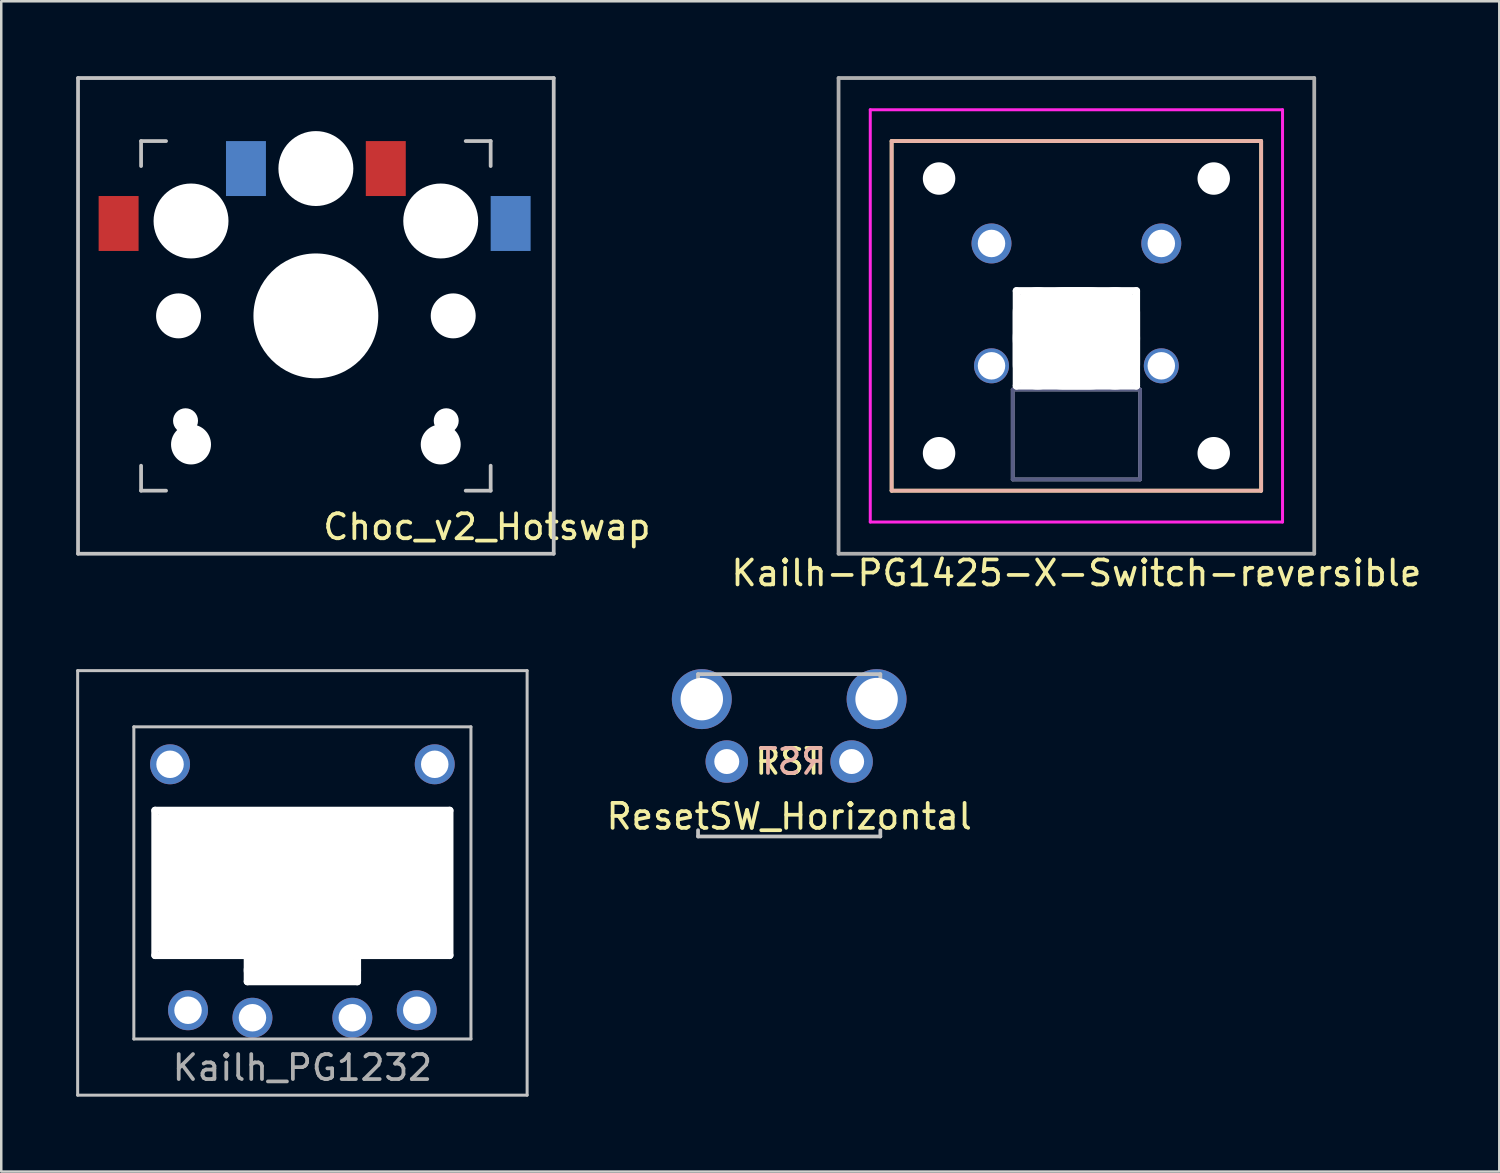
<source format=kicad_pcb>
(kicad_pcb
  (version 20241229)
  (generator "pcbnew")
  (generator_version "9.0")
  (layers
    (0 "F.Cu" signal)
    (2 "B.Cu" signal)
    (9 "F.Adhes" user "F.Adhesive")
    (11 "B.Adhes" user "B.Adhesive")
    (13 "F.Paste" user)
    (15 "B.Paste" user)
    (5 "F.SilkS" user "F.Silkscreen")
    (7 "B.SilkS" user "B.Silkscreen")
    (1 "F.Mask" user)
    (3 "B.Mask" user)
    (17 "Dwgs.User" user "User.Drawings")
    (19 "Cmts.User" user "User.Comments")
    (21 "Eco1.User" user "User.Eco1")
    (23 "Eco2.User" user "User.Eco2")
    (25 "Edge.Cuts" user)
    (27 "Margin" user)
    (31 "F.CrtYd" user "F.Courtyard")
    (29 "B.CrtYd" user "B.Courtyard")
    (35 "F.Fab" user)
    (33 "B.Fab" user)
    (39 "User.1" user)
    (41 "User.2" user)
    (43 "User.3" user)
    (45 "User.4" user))
  (footprint "Choc_v2_Hotswap"
    (layer "F.Cu")
    (at 9.6 9.6)
    (property "Reference" "Choc_v2_Hotswap" (at 6.85 8.45 180) (layer "F.SilkS") (effects (font (size 1 1) (thickness 0.15))))
    (attr through_hole)
    (fp_line (start -9.525 -9.525) (end 9.525 -9.525) (stroke (width 0.15) (type solid)) (layer "Dwgs.User"))
    (fp_line (start -9.525 9.525) (end -9.525 -9.525) (stroke (width 0.15) (type solid)) (layer "Dwgs.User"))
    (fp_line (start -7 -7) (end -7 -6) (stroke (width 0.15) (type solid)) (layer "Dwgs.User"))
    (fp_line (start -7 6) (end -7 7) (stroke (width 0.15) (type solid)) (layer "Dwgs.User"))
    (fp_line (start -7 7) (end -6 7) (stroke (width 0.15) (type solid)) (layer "Dwgs.User"))
    (fp_line (start -6 -7) (end -7 -7) (stroke (width 0.15) (type solid)) (layer "Dwgs.User"))
    (fp_line (start 6 -7) (end 7 -7) (stroke (width 0.15) (type solid)) (layer "Dwgs.User"))
    (fp_line (start 7 -7) (end 7 -6) (stroke (width 0.15) (type solid)) (layer "Dwgs.User"))
    (fp_line (start 7 6) (end 7 7) (stroke (width 0.15) (type solid)) (layer "Dwgs.User"))
    (fp_line (start 7 7) (end 6 7) (stroke (width 0.15) (type solid)) (layer "Dwgs.User"))
    (fp_line (start 9.525 -9.525) (end 9.525 9.525) (stroke (width 0.15) (type solid)) (layer "Dwgs.User"))
    (fp_line (start 9.525 9.525) (end -9.525 9.525) (stroke (width 0.15) (type solid)) (layer "Dwgs.User"))
    (pad "" np_thru_hole circle (at -5.5 0) (size 1.8 1.8) (drill 1.8) (layers "*.Cu" "*.Mask"))
    (pad "" np_thru_hole circle (at -5.22 4.2) (size 1 1) (drill 1) (layers "*.Cu" "*.Mask"))
    (pad "" np_thru_hole circle (at -5 -3.8 90) (size 3 3) (drill 3) (layers "*.Cu" "*.Mask"))
    (pad "" np_thru_hole circle (at -5 5.15) (size 1.6 1.6) (drill 1.6) (layers "*.Cu" "*.Mask"))
    (pad "" np_thru_hole circle (at 0 -5.9 270) (size 3 3) (drill 3) (layers "*.Cu" "*.Mask"))
    (pad "" np_thru_hole circle (at 0 0) (size 5 5) (drill 5) (layers "*.Cu" "*.Mask"))
    (pad "" np_thru_hole circle (at 5 -3.8 270) (size 3 3) (drill 3) (layers "*.Cu" "*.Mask"))
    (pad "" np_thru_hole circle (at 5 5.15) (size 1.6 1.6) (drill 1.6) (layers "*.Cu" "*.Mask"))
    (pad "" np_thru_hole circle (at 5.22 4.2) (size 1 1) (drill 1) (layers "*.Cu" "*.Mask"))
    (pad "" np_thru_hole circle (at 5.5 0) (size 1.8 1.8) (drill 1.8) (layers "*.Cu" "*.Mask"))
    (pad "1" smd rect (at -7.9 -3.7) (size 1.6 2.2) (layers "F.Cu" "F.Mask" "F.Paste"))
    (pad "1" smd rect (at 7.8 -3.7) (size 1.6 2.2) (layers "B.Cu" "B.Mask" "B.Paste"))
    (pad "2" smd rect (at -2.8 -5.9) (size 1.6 2.2) (layers "B.Cu" "B.Mask" "B.Paste"))
    (pad "2" smd rect (at 2.8 -5.9) (size 1.6 2.2) (layers "F.Cu" "F.Mask" "F.Paste")))
  (footprint "ResetSW_Horizontal"
    (layer "F.Cu")
    (at 28.555 27.448)
    (property "Reference" "ResetSW_Horizontal" (at 0 2.2 0) (layer "F.SilkS") (effects (font (size 1 1) (thickness 0.15))))
    (attr through_hole)
    (fp_line (start -3.65 -3.5) (end -3.65 -3.25) (stroke (width 0.15) (type solid)) (layer "Dwgs.User"))
    (fp_line (start -3.65 -3.5) (end 3.65 -3.5) (stroke (width 0.15) (type solid)) (layer "Dwgs.User"))
    (fp_line (start -3.65 3) (end -3.65 2.75) (stroke (width 0.15) (type solid)) (layer "Dwgs.User"))
    (fp_line (start -3.65 3) (end 3.65 3) (stroke (width 0.15) (type solid)) (layer "Dwgs.User"))
    (fp_line (start 3.65 -3.5) (end 3.65 -3.25) (stroke (width 0.15) (type solid)) (layer "Dwgs.User"))
    (fp_line (start 3.65 3) (end 3.65 2.75) (stroke (width 0.15) (type solid)) (layer "Dwgs.User"))
    (fp_text user "RST" (at 0 0 0) (layer "F.SilkS") (effects (font (size 1 1) (thickness 0.15))))
    (fp_text user "RST" (at 0.127 0 0) (layer "B.SilkS") (effects (font (size 1 1) (thickness 0.15)) (justify mirror)))
    (pad "1" thru_hole circle (at 2.5 0) (size 1.7 1.7) (drill 1) (layers "*.Cu" "*.Mask"))
    (pad "2" thru_hole circle (at -2.5 0) (size 1.7 1.7) (drill 1) (layers "*.Cu" "*.Mask"))
    (pad "3" thru_hole circle (at 3.5 -2.5) (size 2.4 2.4) (drill 1.7) (layers "*.Cu" "*.Mask"))
    (pad "4" thru_hole circle (at -3.5 -2.5) (size 2.4 2.4) (drill 1.7) (layers "*.Cu" "*.Mask")))
  (footprint "Kailh_PG1232"
    (layer "F.Cu")
    (at 9.06 32.308)
    (property "Reference" "Kailh_PG1232" (at 0 7.4 0) (layer "F.Fab") (effects (font (size 1 1) (thickness 0.15))))
    (attr through_hole)
    (fp_line (start -9 -8.5) (end -9 8.5) (stroke (width 0.12) (type solid)) (layer "Dwgs.User"))
    (fp_line (start -9 8.5) (end 9 8.5) (stroke (width 0.12) (type solid)) (layer "Dwgs.User"))
    (fp_line (start -6.75 -6.25) (end 6.75 -6.25) (stroke (width 0.12) (type solid)) (layer "Dwgs.User"))
    (fp_line (start -6.75 6.25) (end -6.75 -6.25) (stroke (width 0.12) (type solid)) (layer "Dwgs.User"))
    (fp_line (start -5.95 -2.95) (end 5.95 -2.95) (stroke (width 0.12) (type solid)) (layer "Dwgs.User"))
    (fp_line (start -5.95 2.95) (end -5.95 -2.95) (stroke (width 0.12) (type solid)) (layer "Dwgs.User"))
    (fp_line (start -2.25 2.95) (end -5.95 2.95) (stroke (width 0.12) (type solid)) (layer "Dwgs.User"))
    (fp_line (start -2.25 2.95) (end -2.25 4) (stroke (width 0.12) (type solid)) (layer "Dwgs.User"))
    (fp_line (start -2.25 4) (end 2.25 4) (stroke (width 0.12) (type solid)) (layer "Dwgs.User"))
    (fp_line (start 2.25 2.95) (end 5.95 2.95) (stroke (width 0.12) (type solid)) (layer "Dwgs.User"))
    (fp_line (start 2.25 4) (end 2.25 2.95) (stroke (width 0.12) (type solid)) (layer "Dwgs.User"))
    (fp_line (start 5.95 -2.95) (end 5.95 2.95) (stroke (width 0.12) (type solid)) (layer "Dwgs.User"))
    (fp_line (start 6.75 -6.25) (end 6.75 6.25) (stroke (width 0.12) (type solid)) (layer "Dwgs.User"))
    (fp_line (start 6.75 6.25) (end -6.75 6.25) (stroke (width 0.12) (type solid)) (layer "Dwgs.User"))
    (fp_line (start 9 -8.5) (end -9 -8.5) (stroke (width 0.12) (type solid)) (layer "Dwgs.User"))
    (fp_line (start 9 8.5) (end 9 -8.5) (stroke (width 0.12) (type solid)) (layer "Dwgs.User"))
    (pad "" np_thru_hole oval (at -5.9 0 90) (size 6.1 0.3) (drill oval 6.1 0.3) (layers "*.Cu" "*.Mask"))
    (pad "" np_thru_hole oval (at -5.36 0) (size 1 5.9) (drill oval 1 5.9) (layers "*.Cu" "*.Mask"))
    (pad "" np_thru_hole oval (at -4.59 0) (size 1 5.9) (drill oval 1 5.9) (layers "*.Cu" "*.Mask"))
    (pad "" np_thru_hole oval (at -4.2 0) (size 1 5.9) (drill oval 1 5.9) (layers "*.Cu" "*.Mask"))
    (pad "" np_thru_hole oval (at -2.2 3.5 90) (size 1.2 0.3) (drill oval 1.2 0.3) (layers "*.Cu" "*.Mask"))
    (pad "" np_thru_hole oval (at 0 -2.9) (size 12.1 0.3) (drill oval 12.1 0.3) (layers "*.Cu" "*.Mask"))
    (pad "" np_thru_hole oval (at 0 0) (size 11.85 5.9) (drill oval 11.85 5.9) (layers "*.Cu" "*.Mask"))
    (pad "" np_thru_hole oval (at 0 2.9) (size 12.1 0.3) (drill oval 12.1 0.3) (layers "*.Cu" "*.Mask"))
    (pad "" np_thru_hole oval (at 0 3.5) (size 4.7 1) (drill oval 4.7 1) (layers "*.Cu" "*.Mask"))
    (pad "" np_thru_hole oval (at 0 3.95) (size 4.7 0.3) (drill oval 4.7 0.3) (layers "*.Cu" "*.Mask"))
    (pad "" np_thru_hole oval (at 2.2 3.5 90) (size 1.2 0.3) (drill oval 1.2 0.3) (layers "*.Cu" "*.Mask"))
    (pad "" np_thru_hole oval (at 4.2 0) (size 1 5.9) (drill oval 1 5.9) (layers "*.Cu" "*.Mask"))
    (pad "" np_thru_hole oval (at 4.59 0) (size 1 5.9) (drill oval 1 5.9) (layers "*.Cu" "*.Mask"))
    (pad "" np_thru_hole oval (at 5.36 0) (size 1 5.9) (drill oval 1 5.9) (layers "*.Cu" "*.Mask"))
    (pad "" np_thru_hole oval (at 5.9 0 90) (size 6.1 0.3) (drill oval 6.1 0.3) (layers "*.Cu" "*.Mask"))
    (pad "1" thru_hole circle (at -4.58 5.1) (size 1.6 1.6) (drill 1.1) (layers "*.Cu" "*.Mask"))
    (pad "1" thru_hole circle (at 4.58 5.1) (size 1.6 1.6) (drill 1.1) (layers "*.Cu" "*.Mask"))
    (pad "2" thru_hole circle (at -2 5.4) (size 1.6 1.6) (drill 1.1) (layers "*.Cu" "*.Mask"))
    (pad "2" thru_hole circle (at 2 5.4) (size 1.6 1.6) (drill 1.1) (layers "*.Cu" "*.Mask"))
    (pad "3" thru_hole circle (at 5.3 -4.75) (size 1.6 1.6) (drill 1.1) (layers "*.Cu" "*.Mask"))
    (pad "4" thru_hole circle (at -5.3 -4.75) (size 1.6 1.6) (drill 1.1) (layers "*.Cu" "*.Mask")))
  (footprint "Kailh-PG1425-X-Switch-reversible"
    (layer "F.Cu")
    (at 40.057 9.6)
    (property "Reference" "Kailh-PG1425-X-Switch-reversible" (at 0 10.3 0) (layer "F.SilkS") (effects (font (size 1 1) (thickness 0.15))))
    (attr through_hole)
    (fp_line (start -7.4 -7) (end 7.4 -7) (stroke (width 0.15) (type solid)) (layer "F.SilkS"))
    (fp_line (start -7.4 7) (end -7.4 -7) (stroke (width 0.15) (type solid)) (layer "F.SilkS"))
    (fp_line (start 7.4 -7) (end 7.4 7) (stroke (width 0.15) (type solid)) (layer "F.SilkS"))
    (fp_line (start 7.4 7) (end -7.4 7) (stroke (width 0.15) (type solid)) (layer "F.SilkS"))
    (fp_line (start -7.4 -7) (end -7.4 7) (stroke (width 0.15) (type solid)) (layer "B.SilkS"))
    (fp_line (start -7.4 7) (end 7.4 7) (stroke (width 0.15) (type solid)) (layer "B.SilkS"))
    (fp_line (start 7.4 -7) (end -7.4 -7) (stroke (width 0.15) (type solid)) (layer "B.SilkS"))
    (fp_line (start 7.4 7) (end 7.4 -7) (stroke (width 0.15) (type solid)) (layer "B.SilkS"))
    (fp_line (start -8.255 -8.255) (end 8.255 -8.255) (stroke (width 0.12) (type solid)) (layer "F.CrtYd"))
    (fp_line (start -8.255 8.255) (end -8.255 -8.255) (stroke (width 0.12) (type solid)) (layer "F.CrtYd"))
    (fp_line (start 8.255 -8.255) (end 8.255 8.255) (stroke (width 0.12) (type solid)) (layer "F.CrtYd"))
    (fp_line (start 8.255 8.255) (end -8.255 8.255) (stroke (width 0.12) (type solid)) (layer "F.CrtYd"))
    (fp_line (start -2.55 2.95) (end 2.55 2.95) (stroke (width 0.15) (type solid)) (layer "B.Fab"))
    (fp_line (start -2.55 6.55) (end -2.55 2.95) (stroke (width 0.15) (type solid)) (layer "B.Fab"))
    (fp_line (start 2.55 2.95) (end 2.55 6.55) (stroke (width 0.15) (type solid)) (layer "B.Fab"))
    (fp_line (start 2.55 6.55) (end -2.55 6.55) (stroke (width 0.15) (type solid)) (layer "B.Fab"))
    (fp_line (start -9.525 -9.525) (end 9.525 -9.525) (stroke (width 0.15) (type solid)) (layer "F.Fab"))
    (fp_line (start -9.525 9.525) (end -9.525 -9.525) (stroke (width 0.15) (type solid)) (layer "F.Fab"))
    (fp_line (start -2.55 2.95) (end -2.55 6.55) (stroke (width 0.15) (type solid)) (layer "F.Fab"))
    (fp_line (start -2.55 6.55) (end 2.55 6.55) (stroke (width 0.15) (type solid)) (layer "F.Fab"))
    (fp_line (start 2.55 2.95) (end -2.55 2.95) (stroke (width 0.15) (type solid)) (layer "F.Fab"))
    (fp_line (start 2.55 6.55) (end 2.55 2.95) (stroke (width 0.15) (type solid)) (layer "F.Fab"))
    (fp_line (start 9.525 -9.525) (end 9.525 9.525) (stroke (width 0.15) (type solid)) (layer "F.Fab"))
    (fp_line (start 9.525 9.525) (end -9.525 9.525) (stroke (width 0.15) (type solid)) (layer "F.Fab"))
    (pad "" np_thru_hole circle (at -5.5 -5.5 180) (size 1.3 1.3) (drill 1.3) (layers "*.Cu" "*.Mask"))
    (pad "" np_thru_hole circle (at -5.5 5.5) (size 1.3 1.3) (drill 1.3) (layers "*.Cu" "*.Mask"))
    (pad "" np_thru_hole oval (at -2.4 0.9) (size 0.3 4.1) (drill oval 0.3 4.1) (layers "*.Cu" "*.Mask"))
    (pad "" np_thru_hole oval (at -1.55 0.9) (size 2 4.1) (drill oval 2 4.1) (layers "*.Cu" "*.Mask"))
    (pad "" np_thru_hole oval (at 0 -1) (size 5.1 0.3) (drill oval 5.1 0.3) (layers "*.Cu" "*.Mask"))
    (pad "" np_thru_hole oval (at 0 0.9) (size 5.1 4.1) (drill oval 5.1 4.1) (layers "*.Cu" "*.Mask"))
    (pad "" np_thru_hole oval (at 0 2.8) (size 5.1 0.3) (drill oval 5.1 0.3) (layers "*.Cu" "*.Mask"))
    (pad "" np_thru_hole oval (at 1.55 0.9) (size 2 4.1) (drill oval 2 4.1) (layers "*.Cu" "*.Mask"))
    (pad "" np_thru_hole oval (at 2.4 0.9) (size 0.3 4.1) (drill oval 0.3 4.1) (layers "*.Cu" "*.Mask"))
    (pad "" np_thru_hole circle (at 5.5 5.5 180) (size 1.3 1.3) (drill 1.3) (layers "*.Cu" "*.Mask"))
    (pad "" np_thru_hole circle (at 5.5 -5.5) (size 1.3 1.3) (drill 1.3) (layers "*.Cu" "*.Mask"))
    (pad "1" thru_hole circle (at -3.4 -2.9 180) (size 1.6 1.6) (drill 1.1) (layers "*.Cu" "*.Mask"))
    (pad "1" thru_hole circle (at 3.4 -2.9) (size 1.6 1.6) (drill 1.1) (layers "*.Cu" "*.Mask"))
    (pad "2" thru_hole circle (at -3.4 2 180) (size 1.4 1.4) (drill 1.1) (layers "*.Cu" "*.Mask"))
    (pad "2" thru_hole circle (at 3.4 2) (size 1.4 1.4) (drill 1.1) (layers "*.Cu" "*.Mask")))
  (gr_rect
    (start -3 -3)
    (end 56.992 43.868)
    (stroke (width 0.1) (type default))
    (fill no)
    (layer "Edge.Cuts")))
</source>
